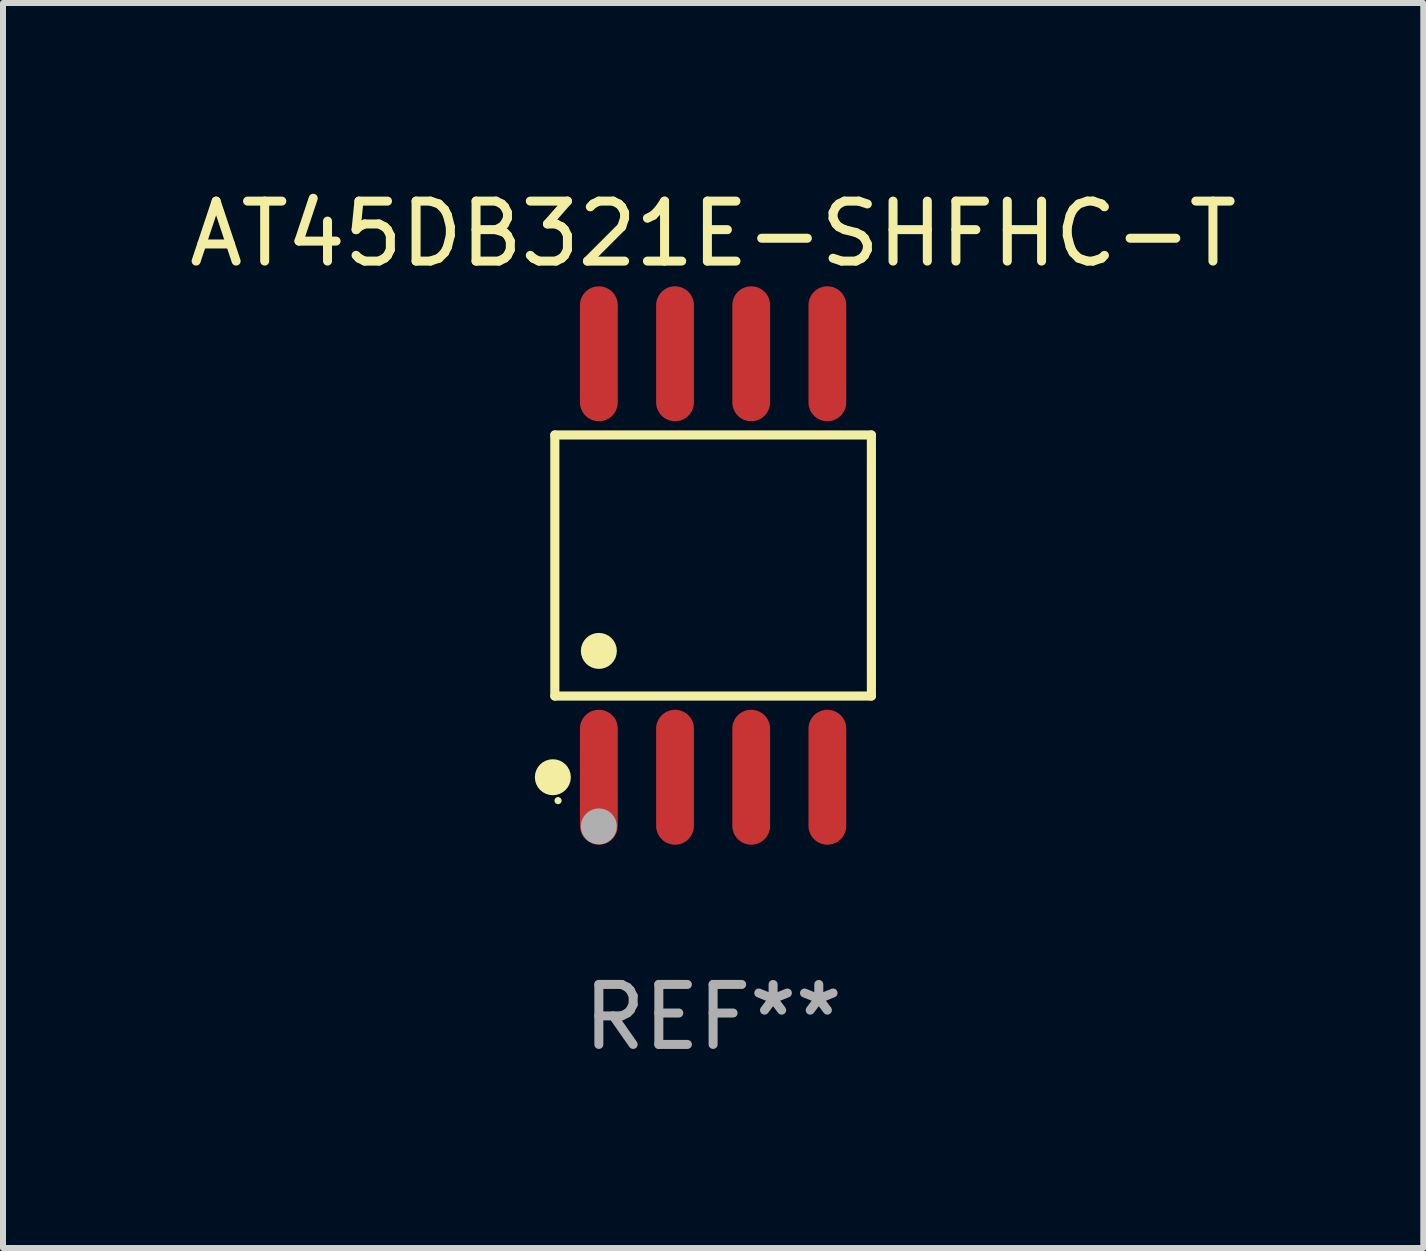
<source format=kicad_pcb>
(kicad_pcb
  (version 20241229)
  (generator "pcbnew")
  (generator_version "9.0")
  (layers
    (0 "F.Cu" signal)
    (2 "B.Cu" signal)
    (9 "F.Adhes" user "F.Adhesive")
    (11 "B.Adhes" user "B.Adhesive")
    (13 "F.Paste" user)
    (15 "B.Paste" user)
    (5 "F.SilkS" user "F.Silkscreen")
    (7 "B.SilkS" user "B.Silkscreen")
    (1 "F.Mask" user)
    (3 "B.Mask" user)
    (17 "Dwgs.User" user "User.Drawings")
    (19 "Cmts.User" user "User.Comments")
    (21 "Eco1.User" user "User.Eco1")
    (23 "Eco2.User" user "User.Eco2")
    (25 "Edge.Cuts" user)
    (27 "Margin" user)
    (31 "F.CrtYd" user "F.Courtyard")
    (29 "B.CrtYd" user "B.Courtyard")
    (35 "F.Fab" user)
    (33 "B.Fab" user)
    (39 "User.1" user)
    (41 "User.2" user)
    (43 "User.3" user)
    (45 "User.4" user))
  (footprint "AT45DB321E-SHFHC-T"
    (layer "F.Cu")
    (at 8.839 6.378)
    (property "Reference" "AT45DB321E-SHFHC-T" (at 0 -5.53 0) (layer "F.SilkS") (effects (font (size 1 1) (thickness 0.15))))
    (attr through_hole)
    (fp_line (start -2.639 -2.176) (end 2.639 -2.176) (stroke (width 0.152) (type solid)) (layer "F.SilkS"))
    (fp_line (start -2.639 2.176) (end -2.639 -2.176) (stroke (width 0.152) (type solid)) (layer "F.SilkS"))
    (fp_line (start 2.639 -2.176) (end 2.639 2.176) (stroke (width 0.152) (type solid)) (layer "F.SilkS"))
    (fp_line (start 2.639 2.176) (end -2.639 2.176) (stroke (width 0.152) (type solid)) (layer "F.SilkS"))
    (fp_circle (center -2.672 3.53) (end -2.522 3.53) (stroke (width 0.3) (type solid)) (fill no) (layer "F.SilkS"))
    (fp_circle (center -2.585 3.92) (end -2.555 3.92) (stroke (width 0.06) (type solid)) (fill no) (layer "F.SilkS"))
    (fp_circle (center -1.905 1.424) (end -1.755 1.424) (stroke (width 0.3) (type solid)) (fill no) (layer "F.SilkS"))
    (fp_circle (center -1.905 4.35) (end -1.755 4.35) (stroke (width 0.3) (type solid)) (fill no) (layer "F.Fab"))
    (fp_text user "REF**" (at 0 7.53 0) (layer "F.Fab") (effects (font (size 1 1) (thickness 0.15))))
    (pad "1" smd oval (at -1.905 3.53) (size 0.63 2.25) (layers "F.Cu" "F.Mask" "F.Paste"))
    (pad "2" smd oval (at -0.635 3.53) (size 0.63 2.25) (layers "F.Cu" "F.Mask" "F.Paste"))
    (pad "3" smd oval (at 0.635 3.53) (size 0.63 2.25) (layers "F.Cu" "F.Mask" "F.Paste"))
    (pad "4" smd oval (at 1.905 3.53) (size 0.63 2.25) (layers "F.Cu" "F.Mask" "F.Paste"))
    (pad "5" smd oval (at 1.905 -3.53) (size 0.63 2.25) (layers "F.Cu" "F.Mask" "F.Paste"))
    (pad "6" smd oval (at 0.635 -3.53) (size 0.63 2.25) (layers "F.Cu" "F.Mask" "F.Paste"))
    (pad "7" smd oval (at -0.635 -3.53) (size 0.63 2.25) (layers "F.Cu" "F.Mask" "F.Paste"))
    (pad "8" smd oval (at -1.905 -3.53) (size 0.63 2.25) (layers "F.Cu" "F.Mask" "F.Paste")))
  (gr_rect
    (start -3 -3)
    (end 20.679 17.757)
    (stroke (width 0.1) (type default))
    (fill no)
    (layer "Edge.Cuts")))
</source>
